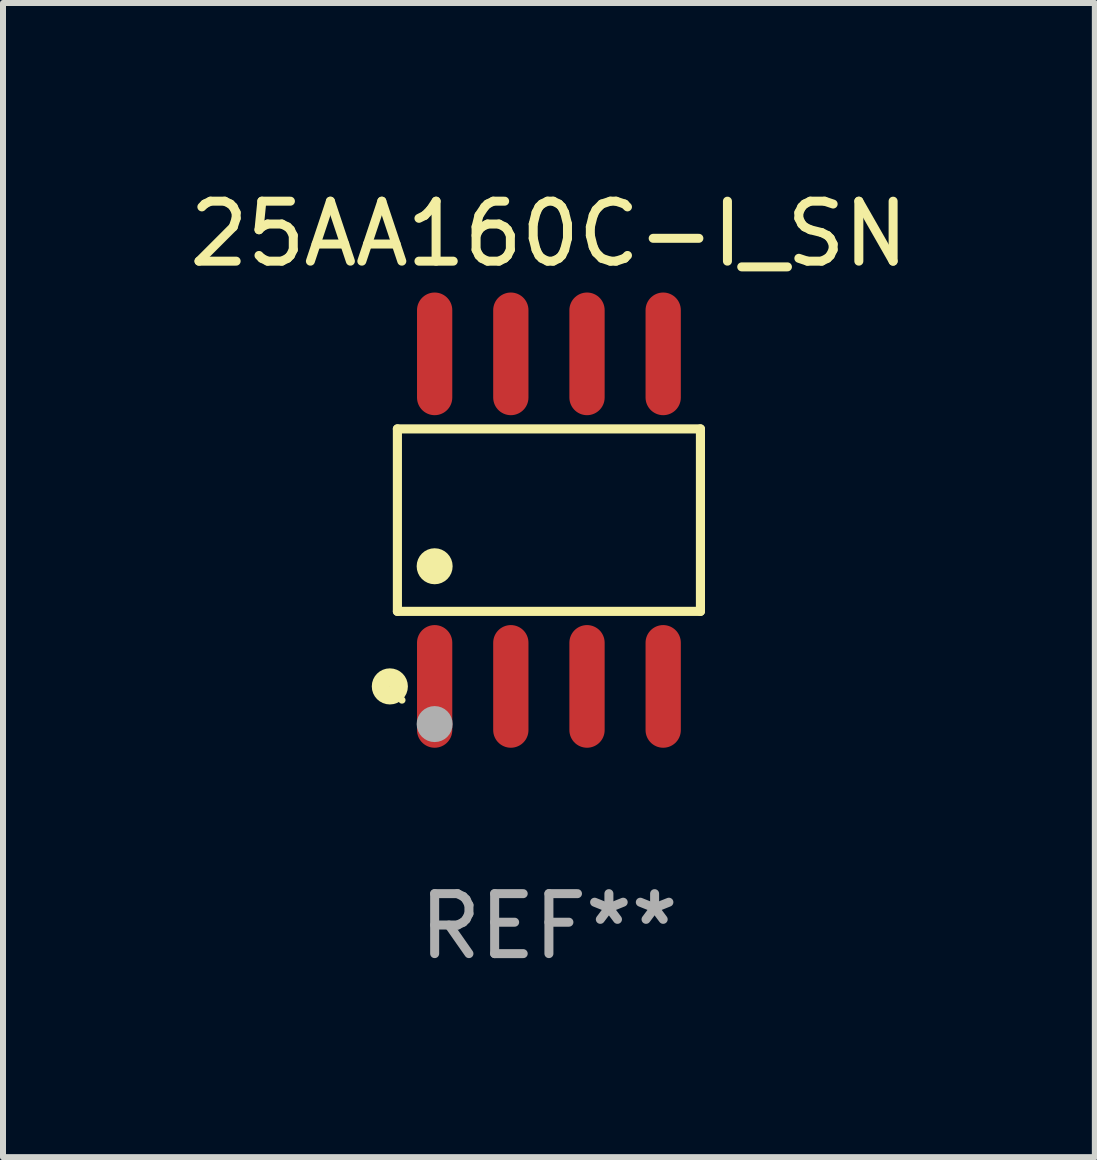
<source format=kicad_pcb>
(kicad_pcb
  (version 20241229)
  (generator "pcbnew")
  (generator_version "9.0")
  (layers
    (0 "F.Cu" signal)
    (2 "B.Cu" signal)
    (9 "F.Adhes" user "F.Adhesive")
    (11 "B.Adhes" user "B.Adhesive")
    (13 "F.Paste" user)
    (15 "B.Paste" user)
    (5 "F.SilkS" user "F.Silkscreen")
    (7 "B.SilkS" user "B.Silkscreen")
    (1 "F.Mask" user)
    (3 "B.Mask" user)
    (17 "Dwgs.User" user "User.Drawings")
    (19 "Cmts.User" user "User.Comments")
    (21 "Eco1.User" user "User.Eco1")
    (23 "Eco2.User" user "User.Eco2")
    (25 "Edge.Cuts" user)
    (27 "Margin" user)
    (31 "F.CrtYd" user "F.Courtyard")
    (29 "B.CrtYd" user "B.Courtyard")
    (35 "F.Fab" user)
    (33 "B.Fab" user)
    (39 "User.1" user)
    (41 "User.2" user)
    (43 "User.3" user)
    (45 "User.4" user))
  (footprint "25AA160C-I_SN"
    (layer "F.Cu")
    (at 6.101 5.621)
    (property "Reference" "25AA160C-I_SN" (at 0 -4.772 0) (layer "F.SilkS") (effects (font (size 1 1) (thickness 0.15))))
    (attr through_hole)
    (fp_line (start -2.526 -1.521) (end 2.526 -1.521) (stroke (width 0.152) (type solid)) (layer "F.SilkS"))
    (fp_line (start -2.526 1.521) (end -2.526 -1.521) (stroke (width 0.152) (type solid)) (layer "F.SilkS"))
    (fp_line (start 2.526 -1.521) (end 2.526 1.521) (stroke (width 0.152) (type solid)) (layer "F.SilkS"))
    (fp_line (start 2.526 1.521) (end -2.526 1.521) (stroke (width 0.152) (type solid)) (layer "F.SilkS"))
    (fp_circle (center -2.652 2.772) (end -2.501 2.772) (stroke (width 0.3) (type solid)) (fill no) (layer "F.SilkS"))
    (fp_circle (center -2.45 3) (end -2.42 3) (stroke (width 0.06) (type solid)) (fill no) (layer "F.SilkS"))
    (fp_circle (center -1.905 0.769) (end -1.755 0.769) (stroke (width 0.3) (type solid)) (fill no) (layer "F.SilkS"))
    (fp_circle (center -1.905 3.4) (end -1.755 3.4) (stroke (width 0.3) (type solid)) (fill no) (layer "F.Fab"))
    (fp_text user "REF**" (at 0 6.772 0) (layer "F.Fab") (effects (font (size 1 1) (thickness 0.15))))
    (pad "1" smd oval (at -1.905 2.772) (size 0.588 2.045) (layers "F.Cu" "F.Mask" "F.Paste"))
    (pad "2" smd oval (at -0.635 2.772) (size 0.588 2.045) (layers "F.Cu" "F.Mask" "F.Paste"))
    (pad "3" smd oval (at 0.635 2.772) (size 0.588 2.045) (layers "F.Cu" "F.Mask" "F.Paste"))
    (pad "4" smd oval (at 1.905 2.772) (size 0.588 2.045) (layers "F.Cu" "F.Mask" "F.Paste"))
    (pad "5" smd oval (at 1.905 -2.772) (size 0.588 2.045) (layers "F.Cu" "F.Mask" "F.Paste"))
    (pad "6" smd oval (at 0.635 -2.772) (size 0.588 2.045) (layers "F.Cu" "F.Mask" "F.Paste"))
    (pad "7" smd oval (at -0.635 -2.772) (size 0.588 2.045) (layers "F.Cu" "F.Mask" "F.Paste"))
    (pad "8" smd oval (at -1.905 -2.772) (size 0.588 2.045) (layers "F.Cu" "F.Mask" "F.Paste")))
  (gr_rect
    (start -3 -3)
    (end 15.202 16.241)
    (stroke (width 0.1) (type default))
    (fill no)
    (layer "Edge.Cuts")))
</source>
